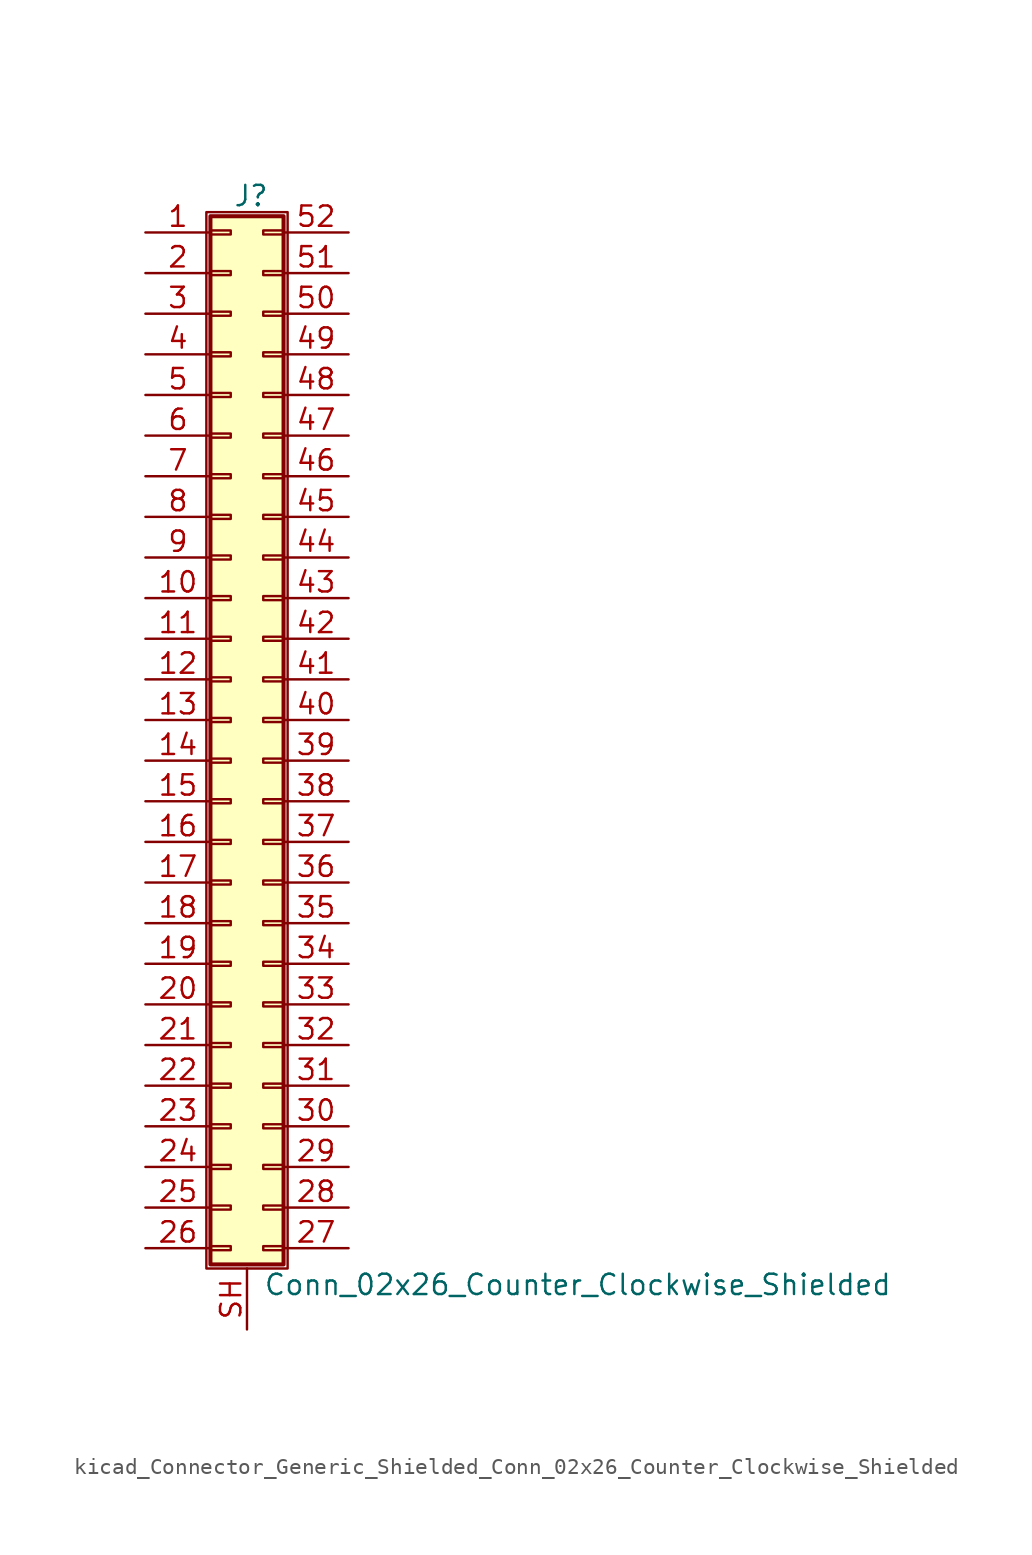
<source format=kicad_sym>
(kicad_symbol_lib
  (version 20220914)
  (generator kicad_symbol_editor)
  (symbol "kicad_Connector_Generic_Shielded_Conn_02x26_Counter_Clockwise_Shielded"
    (pin_names
      (offset 1.016) hide)
    (property "Reference" "J"
      (at 1.524 32.766 0)
      (effects (font (size 1.27 1.27))))
    (property "Value" "Conn_02x26_Counter_Clockwise_Shielded"
      (at 2.286 -35.306 0)
      (effects (font (size 1.27 1.27)) (justify left)))
    (symbol "kicad_Connector_Generic_Shielded_Conn_02x26_Counter_Clockwise_Shielded_1_1"
      (rectangle (start -1.27 31.75) (end 3.81 -34.29) (stroke (width 0.152) (type default)) (fill (type none)))
      (rectangle (start -1.016 -32.893) (end 0.254 -33.147) (stroke (width 0.152) (type default)) (fill (type none)))
      (rectangle (start -1.016 -30.353) (end 0.254 -30.607) (stroke (width 0.152) (type default)) (fill (type none)))
      (rectangle (start -1.016 -27.813) (end 0.254 -28.067) (stroke (width 0.152) (type default)) (fill (type none)))
      (rectangle (start -1.016 -25.273) (end 0.254 -25.527) (stroke (width 0.152) (type default)) (fill (type none)))
      (rectangle (start -1.016 -22.733) (end 0.254 -22.987) (stroke (width 0.152) (type default)) (fill (type none)))
      (rectangle (start -1.016 -20.193) (end 0.254 -20.447) (stroke (width 0.152) (type default)) (fill (type none)))
      (rectangle (start -1.016 -17.653) (end 0.254 -17.907) (stroke (width 0.152) (type default)) (fill (type none)))
      (rectangle (start -1.016 -15.113) (end 0.254 -15.367) (stroke (width 0.152) (type default)) (fill (type none)))
      (rectangle (start -1.016 -12.573) (end 0.254 -12.827) (stroke (width 0.152) (type default)) (fill (type none)))
      (rectangle (start -1.016 -10.033) (end 0.254 -10.287) (stroke (width 0.152) (type default)) (fill (type none)))
      (rectangle (start -1.016 -7.493) (end 0.254 -7.747) (stroke (width 0.152) (type default)) (fill (type none)))
      (rectangle (start -1.016 -4.953) (end 0.254 -5.207) (stroke (width 0.152) (type default)) (fill (type none)))
      (rectangle (start -1.016 -2.413) (end 0.254 -2.667) (stroke (width 0.152) (type default)) (fill (type none)))
      (rectangle (start -1.016 0.127) (end 0.254 -0.127) (stroke (width 0.152) (type default)) (fill (type none)))
      (rectangle (start -1.016 2.667) (end 0.254 2.413) (stroke (width 0.152) (type default)) (fill (type none)))
      (rectangle (start -1.016 5.207) (end 0.254 4.953) (stroke (width 0.152) (type default)) (fill (type none)))
      (rectangle (start -1.016 7.747) (end 0.254 7.493) (stroke (width 0.152) (type default)) (fill (type none)))
      (rectangle (start -1.016 10.287) (end 0.254 10.033) (stroke (width 0.152) (type default)) (fill (type none)))
      (rectangle (start -1.016 12.827) (end 0.254 12.573) (stroke (width 0.152) (type default)) (fill (type none)))
      (rectangle (start -1.016 15.367) (end 0.254 15.113) (stroke (width 0.152) (type default)) (fill (type none)))
      (rectangle (start -1.016 17.907) (end 0.254 17.653) (stroke (width 0.152) (type default)) (fill (type none)))
      (rectangle (start -1.016 20.447) (end 0.254 20.193) (stroke (width 0.152) (type default)) (fill (type none)))
      (rectangle (start -1.016 22.987) (end 0.254 22.733) (stroke (width 0.152) (type default)) (fill (type none)))
      (rectangle (start -1.016 25.527) (end 0.254 25.273) (stroke (width 0.152) (type default)) (fill (type none)))
      (rectangle (start -1.016 28.067) (end 0.254 27.813) (stroke (width 0.152) (type default)) (fill (type none)))
      (rectangle (start -1.016 30.607) (end 0.254 30.353) (stroke (width 0.152) (type default)) (fill (type none)))
      (rectangle (start -1.016 31.496) (end 3.556 -34.036) (stroke (width 0.254) (type default)) (fill (type background)))
      (rectangle (start 3.556 -32.893) (end 2.286 -33.147) (stroke (width 0.152) (type default)) (fill (type none)))
      (rectangle (start 3.556 -30.353) (end 2.286 -30.607) (stroke (width 0.152) (type default)) (fill (type none)))
      (rectangle (start 3.556 -27.813) (end 2.286 -28.067) (stroke (width 0.152) (type default)) (fill (type none)))
      (rectangle (start 3.556 -25.273) (end 2.286 -25.527) (stroke (width 0.152) (type default)) (fill (type none)))
      (rectangle (start 3.556 -22.733) (end 2.286 -22.987) (stroke (width 0.152) (type default)) (fill (type none)))
      (rectangle (start 3.556 -20.193) (end 2.286 -20.447) (stroke (width 0.152) (type default)) (fill (type none)))
      (rectangle (start 3.556 -17.653) (end 2.286 -17.907) (stroke (width 0.152) (type default)) (fill (type none)))
      (rectangle (start 3.556 -15.113) (end 2.286 -15.367) (stroke (width 0.152) (type default)) (fill (type none)))
      (rectangle (start 3.556 -12.573) (end 2.286 -12.827) (stroke (width 0.152) (type default)) (fill (type none)))
      (rectangle (start 3.556 -10.033) (end 2.286 -10.287) (stroke (width 0.152) (type default)) (fill (type none)))
      (rectangle (start 3.556 -7.493) (end 2.286 -7.747) (stroke (width 0.152) (type default)) (fill (type none)))
      (rectangle (start 3.556 -4.953) (end 2.286 -5.207) (stroke (width 0.152) (type default)) (fill (type none)))
      (rectangle (start 3.556 -2.413) (end 2.286 -2.667) (stroke (width 0.152) (type default)) (fill (type none)))
      (rectangle (start 3.556 0.127) (end 2.286 -0.127) (stroke (width 0.152) (type default)) (fill (type none)))
      (rectangle (start 3.556 2.667) (end 2.286 2.413) (stroke (width 0.152) (type default)) (fill (type none)))
      (rectangle (start 3.556 5.207) (end 2.286 4.953) (stroke (width 0.152) (type default)) (fill (type none)))
      (rectangle (start 3.556 7.747) (end 2.286 7.493) (stroke (width 0.152) (type default)) (fill (type none)))
      (rectangle (start 3.556 10.287) (end 2.286 10.033) (stroke (width 0.152) (type default)) (fill (type none)))
      (rectangle (start 3.556 12.827) (end 2.286 12.573) (stroke (width 0.152) (type default)) (fill (type none)))
      (rectangle (start 3.556 15.367) (end 2.286 15.113) (stroke (width 0.152) (type default)) (fill (type none)))
      (rectangle (start 3.556 17.907) (end 2.286 17.653) (stroke (width 0.152) (type default)) (fill (type none)))
      (rectangle (start 3.556 20.447) (end 2.286 20.193) (stroke (width 0.152) (type default)) (fill (type none)))
      (rectangle (start 3.556 22.987) (end 2.286 22.733) (stroke (width 0.152) (type default)) (fill (type none)))
      (rectangle (start 3.556 25.527) (end 2.286 25.273) (stroke (width 0.152) (type default)) (fill (type none)))
      (rectangle (start 3.556 28.067) (end 2.286 27.813) (stroke (width 0.152) (type default)) (fill (type none)))
      (rectangle (start 3.556 30.607) (end 2.286 30.353) (stroke (width 0.152) (type default)) (fill (type none)))
      (pin passive line (at -5.08 30.48 0) (length 4.064) (name "Pin_1" (effects (font (size 1.27 1.27)))) (number "1" (effects (font (size 1.27 1.27)))))
      (pin passive line (at -5.08 7.62 0) (length 4.064) (name "Pin_10" (effects (font (size 1.27 1.27)))) (number "10" (effects (font (size 1.27 1.27)))))
      (pin passive line (at -5.08 5.08 0) (length 4.064) (name "Pin_11" (effects (font (size 1.27 1.27)))) (number "11" (effects (font (size 1.27 1.27)))))
      (pin passive line (at -5.08 2.54 0) (length 4.064) (name "Pin_12" (effects (font (size 1.27 1.27)))) (number "12" (effects (font (size 1.27 1.27)))))
      (pin passive line (at -5.08 0 0) (length 4.064) (name "Pin_13" (effects (font (size 1.27 1.27)))) (number "13" (effects (font (size 1.27 1.27)))))
      (pin passive line (at -5.08 -2.54 0) (length 4.064) (name "Pin_14" (effects (font (size 1.27 1.27)))) (number "14" (effects (font (size 1.27 1.27)))))
      (pin passive line (at -5.08 -5.08 0) (length 4.064) (name "Pin_15" (effects (font (size 1.27 1.27)))) (number "15" (effects (font (size 1.27 1.27)))))
      (pin passive line (at -5.08 -7.62 0) (length 4.064) (name "Pin_16" (effects (font (size 1.27 1.27)))) (number "16" (effects (font (size 1.27 1.27)))))
      (pin passive line (at -5.08 -10.16 0) (length 4.064) (name "Pin_17" (effects (font (size 1.27 1.27)))) (number "17" (effects (font (size 1.27 1.27)))))
      (pin passive line (at -5.08 -12.7 0) (length 4.064) (name "Pin_18" (effects (font (size 1.27 1.27)))) (number "18" (effects (font (size 1.27 1.27)))))
      (pin passive line (at -5.08 -15.24 0) (length 4.064) (name "Pin_19" (effects (font (size 1.27 1.27)))) (number "19" (effects (font (size 1.27 1.27)))))
      (pin passive line (at -5.08 27.94 0) (length 4.064) (name "Pin_2" (effects (font (size 1.27 1.27)))) (number "2" (effects (font (size 1.27 1.27)))))
      (pin passive line (at -5.08 -17.78 0) (length 4.064) (name "Pin_20" (effects (font (size 1.27 1.27)))) (number "20" (effects (font (size 1.27 1.27)))))
      (pin passive line (at -5.08 -20.32 0) (length 4.064) (name "Pin_21" (effects (font (size 1.27 1.27)))) (number "21" (effects (font (size 1.27 1.27)))))
      (pin passive line (at -5.08 -22.86 0) (length 4.064) (name "Pin_22" (effects (font (size 1.27 1.27)))) (number "22" (effects (font (size 1.27 1.27)))))
      (pin passive line (at -5.08 -25.4 0) (length 4.064) (name "Pin_23" (effects (font (size 1.27 1.27)))) (number "23" (effects (font (size 1.27 1.27)))))
      (pin passive line (at -5.08 -27.94 0) (length 4.064) (name "Pin_24" (effects (font (size 1.27 1.27)))) (number "24" (effects (font (size 1.27 1.27)))))
      (pin passive line (at -5.08 -30.48 0) (length 4.064) (name "Pin_25" (effects (font (size 1.27 1.27)))) (number "25" (effects (font (size 1.27 1.27)))))
      (pin passive line (at -5.08 -33.02 0) (length 4.064) (name "Pin_26" (effects (font (size 1.27 1.27)))) (number "26" (effects (font (size 1.27 1.27)))))
      (pin passive line (at 7.62 -33.02 180) (length 4.064) (name "Pin_27" (effects (font (size 1.27 1.27)))) (number "27" (effects (font (size 1.27 1.27)))))
      (pin passive line (at 7.62 -30.48 180) (length 4.064) (name "Pin_28" (effects (font (size 1.27 1.27)))) (number "28" (effects (font (size 1.27 1.27)))))
      (pin passive line (at 7.62 -27.94 180) (length 4.064) (name "Pin_29" (effects (font (size 1.27 1.27)))) (number "29" (effects (font (size 1.27 1.27)))))
      (pin passive line (at -5.08 25.4 0) (length 4.064) (name "Pin_3" (effects (font (size 1.27 1.27)))) (number "3" (effects (font (size 1.27 1.27)))))
      (pin passive line (at 7.62 -25.4 180) (length 4.064) (name "Pin_30" (effects (font (size 1.27 1.27)))) (number "30" (effects (font (size 1.27 1.27)))))
      (pin passive line (at 7.62 -22.86 180) (length 4.064) (name "Pin_31" (effects (font (size 1.27 1.27)))) (number "31" (effects (font (size 1.27 1.27)))))
      (pin passive line (at 7.62 -20.32 180) (length 4.064) (name "Pin_32" (effects (font (size 1.27 1.27)))) (number "32" (effects (font (size 1.27 1.27)))))
      (pin passive line (at 7.62 -17.78 180) (length 4.064) (name "Pin_33" (effects (font (size 1.27 1.27)))) (number "33" (effects (font (size 1.27 1.27)))))
      (pin passive line (at 7.62 -15.24 180) (length 4.064) (name "Pin_34" (effects (font (size 1.27 1.27)))) (number "34" (effects (font (size 1.27 1.27)))))
      (pin passive line (at 7.62 -12.7 180) (length 4.064) (name "Pin_35" (effects (font (size 1.27 1.27)))) (number "35" (effects (font (size 1.27 1.27)))))
      (pin passive line (at 7.62 -10.16 180) (length 4.064) (name "Pin_36" (effects (font (size 1.27 1.27)))) (number "36" (effects (font (size 1.27 1.27)))))
      (pin passive line (at 7.62 -7.62 180) (length 4.064) (name "Pin_37" (effects (font (size 1.27 1.27)))) (number "37" (effects (font (size 1.27 1.27)))))
      (pin passive line (at 7.62 -5.08 180) (length 4.064) (name "Pin_38" (effects (font (size 1.27 1.27)))) (number "38" (effects (font (size 1.27 1.27)))))
      (pin passive line (at 7.62 -2.54 180) (length 4.064) (name "Pin_39" (effects (font (size 1.27 1.27)))) (number "39" (effects (font (size 1.27 1.27)))))
      (pin passive line (at -5.08 22.86 0) (length 4.064) (name "Pin_4" (effects (font (size 1.27 1.27)))) (number "4" (effects (font (size 1.27 1.27)))))
      (pin passive line (at 7.62 0 180) (length 4.064) (name "Pin_40" (effects (font (size 1.27 1.27)))) (number "40" (effects (font (size 1.27 1.27)))))
      (pin passive line (at 7.62 2.54 180) (length 4.064) (name "Pin_41" (effects (font (size 1.27 1.27)))) (number "41" (effects (font (size 1.27 1.27)))))
      (pin passive line (at 7.62 5.08 180) (length 4.064) (name "Pin_42" (effects (font (size 1.27 1.27)))) (number "42" (effects (font (size 1.27 1.27)))))
      (pin passive line (at 7.62 7.62 180) (length 4.064) (name "Pin_43" (effects (font (size 1.27 1.27)))) (number "43" (effects (font (size 1.27 1.27)))))
      (pin passive line (at 7.62 10.16 180) (length 4.064) (name "Pin_44" (effects (font (size 1.27 1.27)))) (number "44" (effects (font (size 1.27 1.27)))))
      (pin passive line (at 7.62 12.7 180) (length 4.064) (name "Pin_45" (effects (font (size 1.27 1.27)))) (number "45" (effects (font (size 1.27 1.27)))))
      (pin passive line (at 7.62 15.24 180) (length 4.064) (name "Pin_46" (effects (font (size 1.27 1.27)))) (number "46" (effects (font (size 1.27 1.27)))))
      (pin passive line (at 7.62 17.78 180) (length 4.064) (name "Pin_47" (effects (font (size 1.27 1.27)))) (number "47" (effects (font (size 1.27 1.27)))))
      (pin passive line (at 7.62 20.32 180) (length 4.064) (name "Pin_48" (effects (font (size 1.27 1.27)))) (number "48" (effects (font (size 1.27 1.27)))))
      (pin passive line (at 7.62 22.86 180) (length 4.064) (name "Pin_49" (effects (font (size 1.27 1.27)))) (number "49" (effects (font (size 1.27 1.27)))))
      (pin passive line (at -5.08 20.32 0) (length 4.064) (name "Pin_5" (effects (font (size 1.27 1.27)))) (number "5" (effects (font (size 1.27 1.27)))))
      (pin passive line (at 7.62 25.4 180) (length 4.064) (name "Pin_50" (effects (font (size 1.27 1.27)))) (number "50" (effects (font (size 1.27 1.27)))))
      (pin passive line (at 7.62 27.94 180) (length 4.064) (name "Pin_51" (effects (font (size 1.27 1.27)))) (number "51" (effects (font (size 1.27 1.27)))))
      (pin passive line (at 7.62 30.48 180) (length 4.064) (name "Pin_52" (effects (font (size 1.27 1.27)))) (number "52" (effects (font (size 1.27 1.27)))))
      (pin passive line (at -5.08 17.78 0) (length 4.064) (name "Pin_6" (effects (font (size 1.27 1.27)))) (number "6" (effects (font (size 1.27 1.27)))))
      (pin passive line (at -5.08 15.24 0) (length 4.064) (name "Pin_7" (effects (font (size 1.27 1.27)))) (number "7" (effects (font (size 1.27 1.27)))))
      (pin passive line (at -5.08 12.7 0) (length 4.064) (name "Pin_8" (effects (font (size 1.27 1.27)))) (number "8" (effects (font (size 1.27 1.27)))))
      (pin passive line (at -5.08 10.16 0) (length 4.064) (name "Pin_9" (effects (font (size 1.27 1.27)))) (number "9" (effects (font (size 1.27 1.27)))))
      (pin passive line (at 1.27 -38.1 90) (length 3.81) (name "Shield" (effects (font (size 1.27 1.27)))) (number "SH" (effects (font (size 1.27 1.27))))))))
</source>
